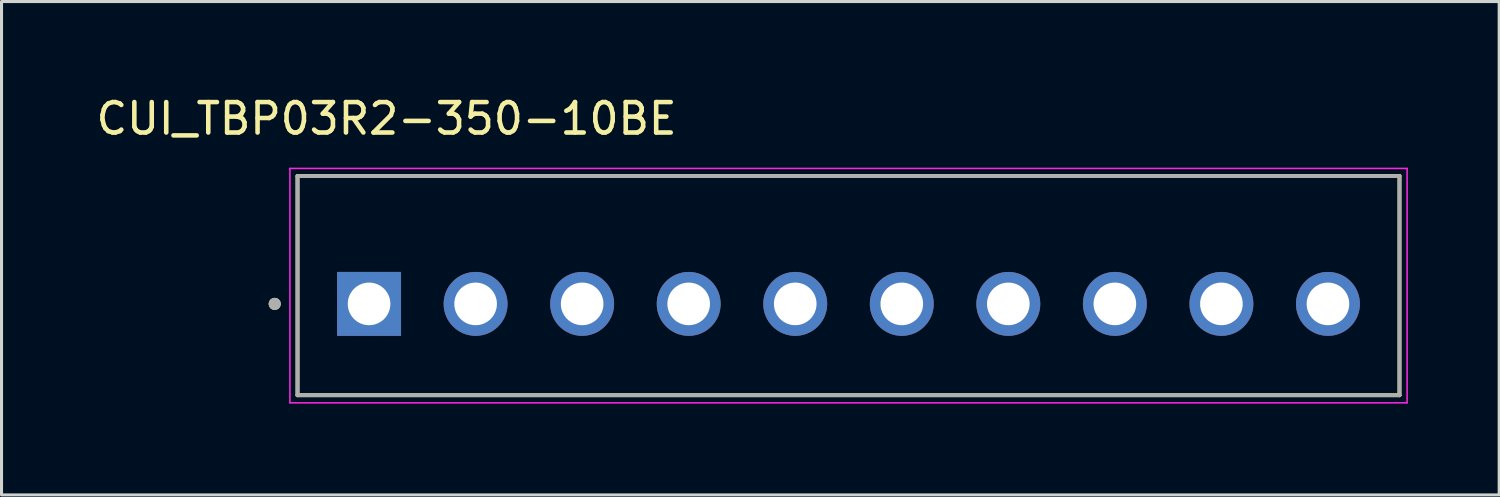
<source format=kicad_pcb>
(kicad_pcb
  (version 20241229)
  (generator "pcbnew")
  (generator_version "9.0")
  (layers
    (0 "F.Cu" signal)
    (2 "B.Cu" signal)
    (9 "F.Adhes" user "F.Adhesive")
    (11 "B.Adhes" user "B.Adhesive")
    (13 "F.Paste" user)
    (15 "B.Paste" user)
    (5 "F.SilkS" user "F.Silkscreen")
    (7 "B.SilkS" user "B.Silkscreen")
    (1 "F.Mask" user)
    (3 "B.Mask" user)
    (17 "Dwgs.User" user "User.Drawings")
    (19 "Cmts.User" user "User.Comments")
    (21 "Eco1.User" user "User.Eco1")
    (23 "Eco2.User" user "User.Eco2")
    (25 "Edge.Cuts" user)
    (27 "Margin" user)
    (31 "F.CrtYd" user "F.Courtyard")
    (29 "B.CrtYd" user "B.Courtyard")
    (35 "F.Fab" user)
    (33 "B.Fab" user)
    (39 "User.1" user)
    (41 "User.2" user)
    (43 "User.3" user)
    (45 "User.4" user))
  (footprint "CUI_TBP03R2-350-10BE"
    (layer "F.Cu")
    (at 9.074 6.933)
    (property "Reference" "CUI_TBP03R2-350-10BE" (at 0.575 -6.085 0) (layer "F.SilkS") (effects (font (size 1 1) (thickness 0.15))))
    (attr through_hole)
    (fp_line (start -2.35 -4.2) (end 33.85 -4.2) (stroke (width 0.127) (type solid)) (layer "F.SilkS"))
    (fp_line (start -2.35 3) (end -2.35 -4.2) (stroke (width 0.127) (type solid)) (layer "F.SilkS"))
    (fp_line (start 33.85 -4.2) (end 33.85 3) (stroke (width 0.127) (type solid)) (layer "F.SilkS"))
    (fp_line (start 33.85 3) (end -2.35 3) (stroke (width 0.127) (type solid)) (layer "F.SilkS"))
    (fp_circle (center -3.1 0) (end -3 0) (stroke (width 0.2) (type solid)) (fill no) (layer "F.SilkS"))
    (fp_line (start -2.6 -4.45) (end -2.6 3.25) (stroke (width 0.05) (type solid)) (layer "F.CrtYd"))
    (fp_line (start -2.6 3.25) (end 34.1 3.25) (stroke (width 0.05) (type solid)) (layer "F.CrtYd"))
    (fp_line (start 34.1 -4.45) (end -2.6 -4.45) (stroke (width 0.05) (type solid)) (layer "F.CrtYd"))
    (fp_line (start 34.1 3.25) (end 34.1 -4.45) (stroke (width 0.05) (type solid)) (layer "F.CrtYd"))
    (fp_line (start -2.35 -4.2) (end 33.85 -4.2) (stroke (width 0.127) (type solid)) (layer "F.Fab"))
    (fp_line (start -2.35 3) (end -2.35 -4.2) (stroke (width 0.127) (type solid)) (layer "F.Fab"))
    (fp_line (start 33.85 -4.2) (end 33.85 3) (stroke (width 0.127) (type solid)) (layer "F.Fab"))
    (fp_line (start 33.85 3) (end -2.35 3) (stroke (width 0.127) (type solid)) (layer "F.Fab"))
    (fp_circle (center -3.1 0) (end -3 0) (stroke (width 0.2) (type solid)) (fill no) (layer "F.Fab"))
    (pad "1" thru_hole rect (at 0 0) (size 2.1 2.1) (drill 1.4) (layers "*.Cu" "*.Mask"))
    (pad "2" thru_hole circle (at 3.5 0) (size 2.1 2.1) (drill 1.4) (layers "*.Cu" "*.Mask"))
    (pad "3" thru_hole circle (at 7 0) (size 2.1 2.1) (drill 1.4) (layers "*.Cu" "*.Mask"))
    (pad "4" thru_hole circle (at 10.5 0) (size 2.1 2.1) (drill 1.4) (layers "*.Cu" "*.Mask"))
    (pad "5" thru_hole circle (at 14 0) (size 2.1 2.1) (drill 1.4) (layers "*.Cu" "*.Mask"))
    (pad "6" thru_hole circle (at 17.5 0) (size 2.1 2.1) (drill 1.4) (layers "*.Cu" "*.Mask"))
    (pad "7" thru_hole circle (at 21 0) (size 2.1 2.1) (drill 1.4) (layers "*.Cu" "*.Mask"))
    (pad "8" thru_hole circle (at 24.5 0) (size 2.1 2.1) (drill 1.4) (layers "*.Cu" "*.Mask"))
    (pad "9" thru_hole circle (at 28 0) (size 2.1 2.1) (drill 1.4) (layers "*.Cu" "*.Mask"))
    (pad "10" thru_hole circle (at 31.5 0) (size 2.1 2.1) (drill 1.4) (layers "*.Cu" "*.Mask")))
  (gr_rect
    (start -3 -3)
    (end 46.199 13.208)
    (stroke (width 0.1) (type default))
    (fill no)
    (layer "Edge.Cuts")))
</source>
